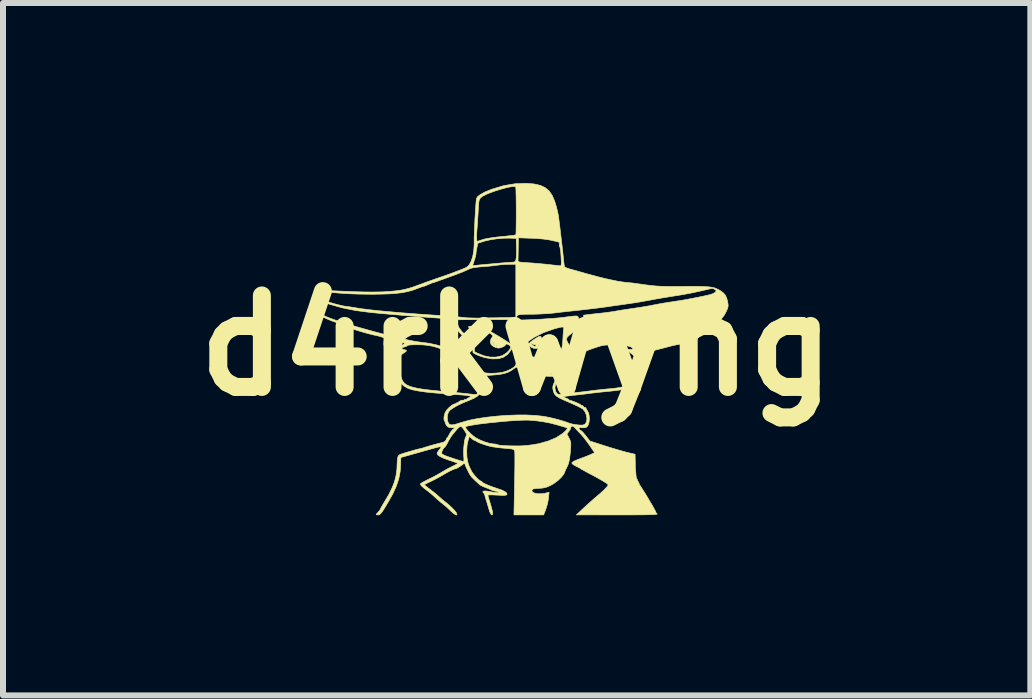
<source format=kicad_pcb>
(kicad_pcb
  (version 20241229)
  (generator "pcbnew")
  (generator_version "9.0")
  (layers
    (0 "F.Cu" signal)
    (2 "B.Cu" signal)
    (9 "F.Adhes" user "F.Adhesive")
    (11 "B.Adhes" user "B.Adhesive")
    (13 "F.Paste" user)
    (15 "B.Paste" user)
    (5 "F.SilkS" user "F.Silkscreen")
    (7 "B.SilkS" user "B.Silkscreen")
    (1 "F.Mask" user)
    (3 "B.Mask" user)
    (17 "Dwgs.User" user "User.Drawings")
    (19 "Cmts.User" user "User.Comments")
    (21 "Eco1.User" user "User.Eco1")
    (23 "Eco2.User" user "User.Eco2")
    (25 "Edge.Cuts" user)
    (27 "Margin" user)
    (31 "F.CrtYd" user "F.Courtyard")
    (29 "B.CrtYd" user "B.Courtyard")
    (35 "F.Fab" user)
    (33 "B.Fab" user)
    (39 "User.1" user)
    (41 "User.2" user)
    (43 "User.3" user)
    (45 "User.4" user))
  (footprint "d4rkwyng"
    (layer "F.Cu")
    (at 5.559 2.708)
    (property "Reference" "d4rkwyng" (at 0 0 0) (layer "F.SilkS") (effects (font (size 1.524 1.524) (thickness 0.3))))
    (attr through_hole)
    (fp_poly (pts (xy 0.408 -0.143) (xy 0.42 -0.112) (xy 0.424 -0.071) (xy 0.42 -0.029) (xy 0.407 0.007) (xy 0.398 0.019) (xy 0.348 0.046) (xy 0.292 0.048) (xy 0.243 0.029) (xy 0.214 0.005) (xy 0.198 -0.017) (xy 0.198 -0.021) (xy 0.207 -0.035) (xy 0.232 -0.035) (xy 0.245 -0.02) (xy 0.267 -0.003) (xy 0.29 0.01) (xy 0.305 0.014) (xy 0.323 0.006) (xy 0.325 0) (xy 0.317 -0.007) (xy 0.353 -0.007) (xy 0.36 0) (xy 0.367 -0.007) (xy 0.36 -0.014) (xy 0.353 -0.007) (xy 0.317 -0.007) (xy 0.313 -0.012) (xy 0.297 -0.014) (xy 0.27 -0.021) (xy 0.261 -0.028) (xy 0.24 -0.041) (xy 0.236 -0.042) (xy 0.232 -0.035) (xy 0.207 -0.035) (xy 0.209 -0.038) (xy 0.237 -0.064) (xy 0.276 -0.093) (xy 0.319 -0.121) (xy 0.357 -0.144) (xy 0.385 -0.155) (xy 0.389 -0.155) (xy 0.408 -0.143)) (stroke (width 0.01) (type solid)) (fill yes) (layer "F.SilkS"))
    (fp_poly (pts (xy -0.701 -0.319) (xy -0.695 -0.319) (xy -0.636 -0.312) (xy -0.586 -0.3) (xy -0.535 -0.281) (xy -0.471 -0.251) (xy -0.459 -0.244) (xy -0.391 -0.208) (xy -0.312 -0.162) (xy -0.234 -0.114) (xy -0.194 -0.089) (xy -0.056 0.002) (xy -0.095 0.075) (xy -0.148 0.145) (xy -0.217 0.193) (xy -0.303 0.219) (xy -0.405 0.222) (xy -0.522 0.203) (xy -0.539 0.199) (xy -0.595 0.181) (xy -0.647 0.161) (xy -0.68 0.146) (xy -0.727 0.119) (xy -0.746 -0.089) (xy -0.755 -0.175) (xy -0.763 -0.235) (xy -0.764 -0.236) (xy -0.732 -0.236) (xy -0.73 -0.203) (xy -0.726 -0.15) (xy -0.719 -0.086) (xy -0.715 -0.044) (xy -0.699 0.103) (xy -0.649 0.129) (xy -0.546 0.17) (xy -0.442 0.192) (xy -0.343 0.192) (xy -0.253 0.172) (xy -0.227 0.16) (xy -0.175 0.127) (xy -0.132 0.087) (xy -0.105 0.046) (xy -0.099 0.02) (xy -0.11 0.003) (xy -0.136 -0.015) (xy -0.164 -0.027) (xy -0.178 -0.023) (xy -0.18 -0.017) (xy -0.199 0.005) (xy -0.236 0.025) (xy -0.279 0.039) (xy -0.307 0.042) (xy -0.352 0.032) (xy -0.398 0.007) (xy -0.339 0.007) (xy -0.332 0.014) (xy -0.325 0.007) (xy -0.332 0) (xy -0.339 0.007) (xy -0.398 0.007) (xy -0.399 0.007) (xy -0.427 -0.02) (xy -0.437 -0.053) (xy -0.436 -0.063) (xy -0.407 -0.063) (xy -0.404 -0.05) (xy -0.391 -0.03) (xy -0.376 -0.015) (xy -0.372 -0.014) (xy -0.374 -0.024) (xy -0.384 -0.042) (xy -0.399 -0.061) (xy -0.407 -0.063) (xy -0.436 -0.063) (xy -0.434 -0.093) (xy -0.421 -0.12) (xy -0.339 -0.12) (xy -0.332 -0.113) (xy -0.325 -0.12) (xy -0.332 -0.127) (xy -0.339 -0.12) (xy -0.421 -0.12) (xy -0.42 -0.124) (xy -0.416 -0.127) (xy -0.399 -0.148) (xy -0.401 -0.168) (xy -0.424 -0.191) (xy -0.472 -0.22) (xy -0.496 -0.232) (xy -0.565 -0.263) (xy -0.621 -0.279) (xy -0.665 -0.282) (xy -0.706 -0.281) (xy -0.726 -0.275) (xy -0.732 -0.26) (xy -0.732 -0.236) (xy -0.764 -0.236) (xy -0.771 -0.274) (xy -0.779 -0.293) (xy -0.785 -0.296) (xy -0.803 -0.306) (xy -0.804 -0.312) (xy -0.794 -0.32) (xy -0.76 -0.322) (xy -0.701 -0.319)) (stroke (width 0.01) (type solid)) (fill yes) (layer "F.SilkS"))
    (fp_poly (pts (xy 0.288 -2.693) (xy 0.391 -2.67) (xy 0.473 -2.633) (xy 0.54 -2.577) (xy 0.592 -2.502) (xy 0.634 -2.404) (xy 0.663 -2.307) (xy 0.678 -2.247) (xy 0.69 -2.191) (xy 0.698 -2.15) (xy 0.698 -2.145) (xy 0.72 -1.973) (xy 0.738 -1.818) (xy 0.754 -1.682) (xy 0.767 -1.57) (xy 0.776 -1.482) (xy 0.777 -1.469) (xy 0.783 -1.408) (xy 0.79 -1.356) (xy 0.795 -1.322) (xy 0.798 -1.311) (xy 0.815 -1.301) (xy 0.85 -1.287) (xy 0.879 -1.278) (xy 0.918 -1.267) (xy 0.978 -1.251) (xy 1.051 -1.23) (xy 1.132 -1.207) (xy 1.178 -1.194) (xy 1.325 -1.154) (xy 1.464 -1.119) (xy 1.59 -1.091) (xy 1.7 -1.069) (xy 1.79 -1.056) (xy 1.824 -1.052) (xy 1.88 -1.047) (xy 1.933 -1.042) (xy 1.961 -1.038) (xy 2.075 -1.022) (xy 2.169 -1.009) (xy 2.251 -0.999) (xy 2.326 -0.992) (xy 2.401 -0.988) (xy 2.481 -0.985) (xy 2.573 -0.984) (xy 2.683 -0.985) (xy 2.77 -0.985) (xy 2.906 -0.986) (xy 3.017 -0.986) (xy 3.107 -0.984) (xy 3.179 -0.98) (xy 3.236 -0.974) (xy 3.283 -0.965) (xy 3.322 -0.952) (xy 3.356 -0.936) (xy 3.39 -0.917) (xy 3.444 -0.878) (xy 3.479 -0.837) (xy 3.502 -0.784) (xy 3.515 -0.731) (xy 3.523 -0.685) (xy 3.523 -0.651) (xy 3.513 -0.615) (xy 3.493 -0.569) (xy 3.46 -0.508) (xy 3.418 -0.451) (xy 3.363 -0.397) (xy 3.292 -0.341) (xy 3.2 -0.279) (xy 3.119 -0.23) (xy 3.045 -0.187) (xy 2.975 -0.145) (xy 2.914 -0.109) (xy 2.868 -0.081) (xy 2.85 -0.07) (xy 2.795 -0.043) (xy 2.733 -0.025) (xy 2.716 -0.022) (xy 2.669 -0.014) (xy 2.606 -0.000272) (xy 2.54 0.016) (xy 2.526 0.02) (xy 2.448 0.041) (xy 2.361 0.063) (xy 2.271 0.085) (xy 2.185 0.105) (xy 2.111 0.121) (xy 2.053 0.133) (xy 2.038 0.135) (xy 1.98 0.144) (xy 2.019 0.186) (xy 2.05 0.232) (xy 2.067 0.277) (xy 2.066 0.314) (xy 2.052 0.334) (xy 2.024 0.345) (xy 2.01 0.343) (xy 1.999 0.345) (xy 1.995 0.363) (xy 1.999 0.404) (xy 1.999 0.404) (xy 1.997 0.498) (xy 1.971 0.582) (xy 1.922 0.651) (xy 1.85 0.705) (xy 1.844 0.708) (xy 1.814 0.72) (xy 1.773 0.731) (xy 1.716 0.741) (xy 1.64 0.751) (xy 1.54 0.762) (xy 1.525 0.763) (xy 1.439 0.772) (xy 1.36 0.78) (xy 1.294 0.788) (xy 1.245 0.793) (xy 1.221 0.797) (xy 1.191 0.801) (xy 1.14 0.807) (xy 1.074 0.815) (xy 1 0.823) (xy 0.983 0.825) (xy 0.911 0.832) (xy 0.851 0.84) (xy 0.806 0.846) (xy 0.783 0.851) (xy 0.781 0.852) (xy 0.788 0.86) (xy 0.814 0.873) (xy 0.824 0.876) (xy 0.857 0.891) (xy 0.874 0.904) (xy 0.875 0.906) (xy 0.884 0.914) (xy 0.885 0.914) (xy 0.904 0.916) (xy 0.939 0.928) (xy 0.981 0.944) (xy 1.023 0.963) (xy 1.056 0.979) (xy 1.072 0.991) (xy 1.072 0.992) (xy 1.081 0.998) (xy 1.085 0.996) (xy 1.1 1) (xy 1.106 1.009) (xy 1.125 1.028) (xy 1.136 1.03) (xy 1.155 1.039) (xy 1.157 1.047) (xy 1.166 1.069) (xy 1.18 1.089) (xy 1.199 1.125) (xy 1.209 1.179) (xy 1.211 1.238) (xy 1.203 1.292) (xy 1.191 1.326) (xy 1.172 1.352) (xy 1.152 1.366) (xy 1.12 1.37) (xy 1.075 1.369) (xy 1.044 1.369) (xy 1.037 1.376) (xy 1.046 1.395) (xy 1.063 1.415) (xy 1.073 1.418) (xy 1.085 1.426) (xy 1.109 1.451) (xy 1.141 1.489) (xy 1.151 1.502) (xy 1.221 1.591) (xy 1.468 1.67) (xy 1.558 1.699) (xy 1.649 1.726) (xy 1.735 1.751) (xy 1.806 1.771) (xy 1.844 1.781) (xy 1.973 1.811) (xy 1.976 1.939) (xy 1.977 2.003) (xy 1.98 2.062) (xy 1.984 2.107) (xy 1.985 2.117) (xy 1.989 2.158) (xy 1.991 2.189) (xy 1.991 2.19) (xy 1.998 2.216) (xy 2.005 2.223) (xy 2.012 2.24) (xy 2.01 2.245) (xy 2.013 2.257) (xy 2.018 2.258) (xy 2.027 2.266) (xy 2.025 2.272) (xy 2.027 2.285) (xy 2.032 2.286) (xy 2.042 2.294) (xy 2.04 2.299) (xy 2.04 2.315) (xy 2.043 2.317) (xy 2.055 2.33) (xy 2.077 2.363) (xy 2.108 2.412) (xy 2.145 2.47) (xy 2.184 2.535) (xy 2.222 2.6) (xy 2.258 2.661) (xy 2.288 2.714) (xy 2.309 2.753) (xy 2.319 2.774) (xy 2.319 2.776) (xy 2.326 2.793) (xy 2.331 2.794) (xy 2.342 2.805) (xy 2.342 2.808) (xy 2.328 2.812) (xy 2.286 2.815) (xy 2.216 2.818) (xy 2.118 2.82) (xy 1.992 2.821) (xy 1.838 2.822) (xy 1.669 2.822) (xy 0.995 2.821) (xy 1.108 2.715) (xy 1.169 2.658) (xy 1.237 2.598) (xy 1.3 2.542) (xy 1.325 2.521) (xy 1.401 2.456) (xy 1.46 2.401) (xy 1.501 2.358) (xy 1.522 2.329) (xy 1.524 2.321) (xy 1.515 2.308) (xy 1.486 2.287) (xy 1.436 2.256) (xy 1.365 2.215) (xy 1.27 2.163) (xy 1.206 2.13) (xy 1.15 2.099) (xy 1.102 2.073) (xy 1.07 2.055) (xy 1.058 2.047) (xy 1.043 2.037) (xy 1.01 2.02) (xy 0.983 2.007) (xy 0.939 1.982) (xy 0.928 1.968) (xy 1.002 1.968) (xy 1.009 1.976) (xy 1.016 1.968) (xy 1.009 1.961) (xy 1.002 1.968) (xy 0.928 1.968) (xy 0.92 1.96) (xy 0.92 1.953) (xy 0.935 1.938) (xy 0.972 1.918) (xy 1.026 1.896) (xy 1.037 1.892) (xy 1.102 1.868) (xy 1.167 1.843) (xy 1.22 1.821) (xy 1.225 1.819) (xy 1.299 1.785) (xy 1.231 1.686) (xy 1.284 1.686) (xy 1.291 1.693) (xy 1.298 1.686) (xy 1.291 1.679) (xy 1.284 1.686) (xy 1.231 1.686) (xy 1.209 1.654) (xy 1.166 1.595) (xy 1.123 1.538) (xy 1.084 1.492) (xy 1.064 1.47) (xy 1.026 1.431) (xy 0.991 1.393) (xy 0.978 1.378) (xy 0.949 1.351) (xy 0.922 1.341) (xy 0.906 1.351) (xy 0.903 1.365) (xy 0.895 1.392) (xy 0.874 1.426) (xy 0.87 1.431) (xy 0.837 1.473) (xy 0.873 1.542) (xy 0.888 1.572) (xy 0.897 1.598) (xy 0.902 1.626) (xy 0.902 1.663) (xy 0.899 1.715) (xy 0.894 1.777) (xy 0.885 1.86) (xy 0.874 1.923) (xy 0.861 1.972) (xy 0.844 2.012) (xy 0.824 2.052) (xy 0.811 2.082) (xy 0.807 2.092) (xy 0.786 2.141) (xy 0.744 2.195) (xy 0.686 2.25) (xy 0.616 2.301) (xy 0.558 2.334) (xy 0.494 2.361) (xy 0.429 2.375) (xy 0.381 2.378) (xy 0.32 2.382) (xy 0.281 2.388) (xy 0.261 2.399) (xy 0.254 2.416) (xy 0.254 2.42) (xy 0.267 2.443) (xy 0.301 2.459) (xy 0.351 2.469) (xy 0.409 2.469) (xy 0.47 2.461) (xy 0.492 2.456) (xy 0.54 2.442) (xy 0.531 2.536) (xy 0.521 2.6) (xy 0.503 2.673) (xy 0.486 2.726) (xy 0.449 2.822) (xy -0.045 2.822) (xy -0.035 2.309) (xy -0.033 2.19) (xy -0.031 2.079) (xy -0.03 1.979) (xy -0.03 1.893) (xy -0.03 1.826) (xy -0.031 1.781) (xy -0.033 1.76) (xy -0.039 1.743) (xy -0.051 1.732) (xy -0.075 1.724) (xy -0.116 1.719) (xy -0.166 1.714) (xy -0.225 1.709) (xy -0.276 1.704) (xy -0.311 1.7) (xy -0.318 1.699) (xy -0.352 1.694) (xy -0.39 1.689) (xy -0.432 1.681) (xy -0.486 1.667) (xy -0.545 1.649) (xy -0.6 1.629) (xy -0.643 1.612) (xy -0.664 1.599) (xy -0.69 1.584) (xy -0.702 1.58) (xy -0.723 1.571) (xy -0.75 1.549) (xy -0.753 1.546) (xy -0.787 1.512) (xy -0.81 1.583) (xy -0.827 1.665) (xy -0.833 1.761) (xy -0.829 1.859) (xy -0.813 1.948) (xy -0.802 1.985) (xy -0.78 2.037) (xy -0.756 2.085) (xy -0.742 2.11) (xy -0.709 2.154) (xy -0.672 2.196) (xy -0.637 2.231) (xy -0.608 2.253) (xy -0.597 2.258) (xy -0.58 2.265) (xy -0.579 2.27) (xy -0.566 2.283) (xy -0.532 2.302) (xy -0.482 2.324) (xy -0.422 2.348) (xy -0.356 2.371) (xy -0.318 2.384) (xy -0.245 2.409) (xy -0.193 2.435) (xy -0.165 2.459) (xy -0.161 2.482) (xy -0.162 2.484) (xy -0.175 2.491) (xy -0.202 2.495) (xy -0.248 2.496) (xy -0.318 2.492) (xy -0.327 2.492) (xy -0.388 2.489) (xy -0.438 2.488) (xy -0.47 2.49) (xy -0.48 2.493) (xy -0.476 2.511) (xy -0.465 2.549) (xy -0.45 2.599) (xy -0.446 2.611) (xy -0.421 2.696) (xy -0.405 2.758) (xy -0.4 2.798) (xy -0.405 2.818) (xy -0.414 2.822) (xy -0.43 2.808) (xy -0.449 2.768) (xy -0.464 2.72) (xy -0.481 2.663) (xy -0.497 2.61) (xy -0.508 2.573) (xy -0.509 2.572) (xy -0.521 2.531) (xy -0.53 2.496) (xy -0.542 2.466) (xy -0.553 2.453) (xy -0.566 2.439) (xy -0.556 2.427) (xy -0.529 2.422) (xy -0.491 2.426) (xy -0.487 2.426) (xy -0.429 2.437) (xy -0.375 2.445) (xy -0.331 2.449) (xy -0.302 2.449) (xy -0.294 2.444) (xy -0.296 2.442) (xy -0.328 2.43) (xy -0.348 2.427) (xy -0.383 2.421) (xy -0.419 2.407) (xy -0.457 2.39) (xy -0.506 2.37) (xy -0.524 2.364) (xy -0.569 2.345) (xy -0.607 2.325) (xy -0.617 2.317) (xy -0.69 2.251) (xy -0.743 2.199) (xy -0.774 2.16) (xy -0.775 2.158) (xy -0.798 2.117) (xy -0.821 2.07) (xy -0.842 2.026) (xy -0.857 1.991) (xy -0.861 1.976) (xy -0.868 1.962) (xy -0.89 1.973) (xy -0.893 1.976) (xy -0.918 1.995) (xy -0.951 2.017) (xy -0.983 2.037) (xy -1.008 2.051) (xy -1.016 2.053) (xy -1.027 2.053) (xy -1.058 2.065) (xy -1.101 2.085) (xy -1.153 2.112) (xy -1.208 2.143) (xy -1.234 2.159) (xy -1.299 2.196) (xy -1.373 2.235) (xy -1.436 2.266) (xy -1.483 2.288) (xy -1.519 2.307) (xy -1.537 2.318) (xy -1.538 2.319) (xy -1.528 2.33) (xy -1.499 2.353) (xy -1.459 2.384) (xy -1.443 2.396) (xy -1.391 2.436) (xy -1.34 2.477) (xy -1.302 2.51) (xy -1.298 2.514) (xy -1.254 2.553) (xy -1.205 2.594) (xy -1.192 2.603) (xy -1.138 2.647) (xy -1.085 2.696) (xy -1.04 2.742) (xy -1.01 2.78) (xy -1.003 2.79) (xy -0.995 2.816) (xy -1.004 2.824) (xy -1.027 2.814) (xy -1.062 2.789) (xy -1.105 2.75) (xy -1.15 2.707) (xy -1.195 2.667) (xy -1.228 2.641) (xy -1.265 2.611) (xy -1.311 2.571) (xy -1.348 2.538) (xy -1.394 2.496) (xy -1.441 2.456) (xy -1.472 2.431) (xy -1.538 2.381) (xy -1.581 2.344) (xy -1.602 2.318) (xy -1.603 2.303) (xy -1.587 2.291) (xy -1.551 2.27) (xy -1.501 2.244) (xy -1.463 2.225) (xy -1.395 2.192) (xy -1.327 2.155) (xy -1.268 2.122) (xy -1.248 2.11) (xy -1.19 2.075) (xy -1.121 2.038) (xy -1.065 2.01) (xy -1.016 1.985) (xy -0.989 1.967) (xy -0.987 1.957) (xy -0.988 1.956) (xy -1.01 1.949) (xy -1.052 1.935) (xy -1.105 1.917) (xy -1.124 1.911) (xy -1.213 1.879) (xy -1.277 1.849) (xy -1.315 1.822) (xy -1.326 1.8) (xy -1.323 1.791) (xy -1.252 1.791) (xy -1.251 1.798) (xy -1.235 1.811) (xy -1.2 1.83) (xy -1.162 1.845) (xy -1.107 1.864) (xy -1.047 1.884) (xy -0.988 1.903) (xy -0.936 1.919) (xy -0.899 1.929) (xy -0.885 1.932) (xy -0.88 1.92) (xy -0.879 1.887) (xy -0.882 1.84) (xy -0.883 1.837) (xy -0.885 1.781) (xy -0.883 1.717) (xy -0.877 1.651) (xy -0.869 1.591) (xy -0.858 1.544) (xy -0.847 1.518) (xy -0.846 1.518) (xy -0.834 1.496) (xy -0.839 1.467) (xy -0.863 1.425) (xy -0.871 1.412) (xy -0.899 1.374) (xy -0.92 1.353) (xy -0.851 1.353) (xy -0.85 1.37) (xy -0.831 1.4) (xy -0.798 1.437) (xy -0.757 1.477) (xy -0.711 1.515) (xy -0.676 1.539) (xy -0.61 1.574) (xy -0.533 1.605) (xy -0.456 1.628) (xy -0.39 1.639) (xy -0.382 1.639) (xy -0.344 1.643) (xy -0.318 1.651) (xy -0.317 1.652) (xy -0.295 1.659) (xy -0.25 1.664) (xy -0.188 1.668) (xy -0.113 1.671) (xy -0.032 1.672) (xy 0.052 1.672) (xy 0.099 1.67) (xy 0.175 1.664) (xy 0.263 1.653) (xy 0.35 1.638) (xy 0.383 1.631) (xy 0.53 1.589) (xy 0.653 1.537) (xy 0.753 1.474) (xy 0.78 1.453) (xy 0.821 1.415) (xy 0.841 1.391) (xy 0.843 1.376) (xy 0.827 1.366) (xy 0.822 1.365) (xy 0.798 1.358) (xy 0.754 1.345) (xy 0.699 1.329) (xy 0.671 1.321) (xy 0.552 1.29) (xy 0.424 1.266) (xy 0.299 1.25) (xy 0.187 1.242) (xy 0.166 1.242) (xy 0.086 1.244) (xy -0.007 1.248) (xy -0.111 1.255) (xy -0.22 1.264) (xy -0.332 1.275) (xy -0.442 1.286) (xy -0.546 1.298) (xy -0.641 1.31) (xy -0.723 1.323) (xy -0.788 1.334) (xy -0.832 1.345) (xy -0.851 1.353) (xy -0.92 1.353) (xy -0.921 1.353) (xy -0.941 1.349) (xy -0.966 1.365) (xy -1 1.401) (xy -1.036 1.444) (xy -1.066 1.481) (xy -1.089 1.511) (xy -1.109 1.543) (xy -1.133 1.585) (xy -1.156 1.629) (xy -1.177 1.665) (xy -1.193 1.689) (xy -1.199 1.693) (xy -1.213 1.705) (xy -1.231 1.732) (xy -1.245 1.765) (xy -1.252 1.791) (xy -1.323 1.791) (xy -1.318 1.777) (xy -1.297 1.745) (xy -1.289 1.736) (xy -1.268 1.707) (xy -1.259 1.688) (xy -1.259 1.685) (xy -1.265 1.684) (xy -1.281 1.686) (xy -1.308 1.692) (xy -1.349 1.702) (xy -1.406 1.718) (xy -1.483 1.739) (xy -1.582 1.767) (xy -1.705 1.802) (xy -1.725 1.807) (xy -1.795 1.827) (xy -1.855 1.844) (xy -1.899 1.856) (xy -1.923 1.862) (xy -1.926 1.863) (xy -1.93 1.876) (xy -1.932 1.91) (xy -1.933 1.959) (xy -1.933 1.972) (xy -1.941 2.097) (xy -1.964 2.218) (xy -2.005 2.341) (xy -2.064 2.471) (xy -2.126 2.582) (xy -2.175 2.665) (xy -2.213 2.727) (xy -2.242 2.77) (xy -2.264 2.798) (xy -2.282 2.814) (xy -2.298 2.821) (xy -2.309 2.822) (xy -2.335 2.82) (xy -2.342 2.816) (xy -2.333 2.803) (xy -2.311 2.778) (xy -2.307 2.774) (xy -2.284 2.748) (xy -2.272 2.729) (xy -2.272 2.728) (xy -2.265 2.711) (xy -2.246 2.677) (xy -2.219 2.631) (xy -2.202 2.603) (xy -2.129 2.479) (xy -2.074 2.368) (xy -2.035 2.266) (xy -2.01 2.167) (xy -1.996 2.065) (xy -1.994 2.025) (xy -1.991 1.947) (xy -1.987 1.893) (xy -1.98 1.857) (xy -1.969 1.834) (xy -1.952 1.82) (xy -1.927 1.809) (xy -1.909 1.803) (xy -1.863 1.788) (xy -1.805 1.771) (xy -1.742 1.753) (xy -1.682 1.736) (xy -1.631 1.723) (xy -1.599 1.716) (xy -1.595 1.715) (xy -1.562 1.707) (xy -1.552 1.703) (xy -1.526 1.694) (xy -1.481 1.681) (xy -1.426 1.664) (xy -1.366 1.648) (xy -1.31 1.633) (xy -1.266 1.622) (xy -1.241 1.616) (xy -1.239 1.616) (xy -1.206 1.604) (xy -1.18 1.58) (xy -1.171 1.558) (xy -1.165 1.54) (xy -1.16 1.538) (xy -1.148 1.526) (xy -1.131 1.497) (xy -1.124 1.482) (xy -1.099 1.439) (xy -1.069 1.403) (xy -1.063 1.397) (xy -1.026 1.369) (xy -1.084 1.369) (xy -1.126 1.365) (xy -1.154 1.348) (xy -1.171 1.326) (xy -1.188 1.299) (xy -1.192 1.285) (xy -1.191 1.284) (xy -1.189 1.276) (xy -1.197 1.267) (xy -1.211 1.234) (xy -1.211 1.2) (xy -1.157 1.2) (xy -1.151 1.257) (xy -1.134 1.296) (xy -1.118 1.313) (xy -1.096 1.321) (xy -1.063 1.32) (xy -1.015 1.31) (xy -0.947 1.289) (xy -0.91 1.278) (xy -0.793 1.245) (xy -0.654 1.217) (xy -0.499 1.194) (xy -0.334 1.176) (xy -0.164 1.163) (xy 0.004 1.157) (xy 0.164 1.157) (xy 0.311 1.164) (xy 0.439 1.178) (xy 0.446 1.179) (xy 0.537 1.196) (xy 0.635 1.219) (xy 0.732 1.245) (xy 0.817 1.272) (xy 0.872 1.292) (xy 0.914 1.305) (xy 0.971 1.316) (xy 1.02 1.322) (xy 1.074 1.326) (xy 1.109 1.323) (xy 1.132 1.314) (xy 1.143 1.305) (xy 1.165 1.268) (xy 1.171 1.216) (xy 1.162 1.16) (xy 1.14 1.105) (xy 1.106 1.062) (xy 1.097 1.054) (xy 1.067 1.037) (xy 1.018 1.011) (xy 0.955 0.982) (xy 0.883 0.95) (xy 0.856 0.938) (xy 0.773 0.902) (xy 0.712 0.873) (xy 0.669 0.847) (xy 0.641 0.821) (xy 0.623 0.792) (xy 0.611 0.757) (xy 0.606 0.738) (xy 0.601 0.702) (xy 0.606 0.667) (xy 0.623 0.622) (xy 0.632 0.604) (xy 0.653 0.564) (xy 0.67 0.538) (xy 0.68 0.531) (xy 0.691 0.529) (xy 0.691 0.526) (xy 0.679 0.52) (xy 0.645 0.516) (xy 0.603 0.514) (xy 0.48 0.51) (xy 0.38 0.504) (xy 0.298 0.493) (xy 0.228 0.476) (xy 0.166 0.452) (xy 0.106 0.419) (xy 0.043 0.377) (xy 0.02 0.361) (xy -0.003 0.359) (xy -0.04 0.38) (xy -0.048 0.386) (xy -0.098 0.421) (xy -0.147 0.446) (xy -0.202 0.464) (xy -0.269 0.478) (xy -0.355 0.488) (xy -0.418 0.493) (xy -0.492 0.497) (xy -0.558 0.5) (xy -0.61 0.501) (xy -0.641 0.5) (xy -0.645 0.499) (xy -0.674 0.499) (xy -0.683 0.515) (xy -0.67 0.54) (xy -0.664 0.547) (xy -0.634 0.586) (xy -0.609 0.639) (xy -0.594 0.692) (xy -0.593 0.71) (xy -0.599 0.763) (xy -0.618 0.806) (xy -0.655 0.844) (xy -0.713 0.879) (xy -0.794 0.914) (xy -0.818 0.924) (xy -0.907 0.96) (xy -0.988 0.999) (xy -1.057 1.039) (xy -1.108 1.075) (xy -1.128 1.096) (xy -1.149 1.142) (xy -1.157 1.2) (xy -1.211 1.2) (xy -1.21 1.184) (xy -1.194 1.122) (xy -1.191 1.115) (xy -1.167 1.076) (xy -1.13 1.036) (xy -1.087 1) (xy -1.047 0.976) (xy -1.021 0.969) (xy -1.003 0.961) (xy -1.002 0.956) (xy -0.993 0.95) (xy -0.988 0.953) (xy -0.975 0.953) (xy -0.974 0.949) (xy -0.962 0.933) (xy -0.935 0.919) (xy -0.906 0.91) (xy -0.888 0.911) (xy -0.876 0.909) (xy -0.875 0.904) (xy -0.865 0.896) (xy -0.854 0.898) (xy -0.836 0.898) (xy -0.833 0.892) (xy -0.821 0.879) (xy -0.797 0.869) (xy -0.773 0.858) (xy -0.769 0.847) (xy -0.775 0.843) (xy -0.788 0.838) (xy -0.812 0.834) (xy -0.849 0.829) (xy -0.903 0.824) (xy -0.977 0.819) (xy -1.073 0.812) (xy -1.178 0.804) (xy -1.359 0.79) (xy -1.512 0.775) (xy -1.636 0.757) (xy -1.733 0.738) (xy -1.801 0.717) (xy -1.814 0.711) (xy -1.882 0.672) (xy -1.929 0.629) (xy -1.952 0.586) (xy -1.952 0.585) (xy -1.961 0.55) (xy -1.966 0.536) (xy -1.975 0.504) (xy -1.982 0.453) (xy -1.988 0.392) (xy -1.988 0.392) (xy -1.994 0.371) (xy -2 0.369) (xy -2.023 0.371) (xy -2.037 0.366) (xy -2.043 0.35) (xy -2.041 0.317) (xy -2.035 0.276) (xy -2 0.276) (xy -1.989 0.28) (xy -1.961 0.268) (xy -1.941 0.26) (xy -1.935 0.267) (xy -1.941 0.294) (xy -1.949 0.318) (xy -1.957 0.348) (xy -1.957 0.384) (xy -1.949 0.435) (xy -1.941 0.472) (xy -1.928 0.522) (xy -1.913 0.565) (xy -1.893 0.601) (xy -1.865 0.632) (xy -1.828 0.658) (xy -1.778 0.68) (xy -1.715 0.699) (xy -1.635 0.716) (xy -1.537 0.731) (xy -1.417 0.745) (xy -1.274 0.759) (xy -1.105 0.775) (xy -1.087 0.777) (xy -1.006 0.784) (xy -0.927 0.791) (xy -0.857 0.798) (xy -0.806 0.804) (xy -0.804 0.804) (xy -0.741 0.811) (xy -0.7 0.815) (xy -0.675 0.814) (xy -0.662 0.808) (xy -0.653 0.798) (xy -0.65 0.791) (xy -0.641 0.761) (xy -0.636 0.716) (xy -0.635 0.694) (xy -0.645 0.629) (xy -0.678 0.578) (xy -0.734 0.539) (xy -0.754 0.531) (xy -0.792 0.511) (xy -0.803 0.497) (xy -0.786 0.487) (xy -0.742 0.481) (xy -0.688 0.48) (xy -0.641 0.48) (xy -0.609 0.478) (xy -0.594 0.472) (xy -0.596 0.461) (xy -0.617 0.442) (xy -0.658 0.412) (xy -0.721 0.37) (xy -0.772 0.337) (xy -0.91 0.248) (xy -1.029 0.174) (xy -1.134 0.116) (xy -1.227 0.07) (xy -1.313 0.036) (xy -1.396 0.012) (xy -1.478 -0.003) (xy -1.564 -0.012) (xy -1.658 -0.014) (xy -1.66 -0.014) (xy -1.727 -0.013) (xy -1.779 -0.01) (xy -1.812 -0.005) (xy -1.82 -0.001) (xy -1.833 0.011) (xy -1.863 0.021) (xy -1.87 0.022) (xy -1.905 0.034) (xy -1.913 0.05) (xy -1.896 0.063) (xy -1.872 0.068) (xy -1.841 0.077) (xy -1.838 0.092) (xy -1.862 0.112) (xy -1.873 0.118) (xy -1.918 0.15) (xy -1.96 0.192) (xy -1.99 0.235) (xy -1.996 0.25) (xy -2 0.276) (xy -2.035 0.276) (xy -2.033 0.263) (xy -2.027 0.228) (xy -2.014 0.197) (xy -1.987 0.161) (xy -1.978 0.152) (xy -1.935 0.109) (xy -1.966 0.084) (xy -1.986 0.064) (xy -1.984 0.047) (xy -1.976 0.036) (xy -1.95 0.015) (xy -1.912 -0.006) (xy -1.907 -0.008) (xy -1.878 -0.024) (xy -1.869 -0.038) (xy -1.871 -0.04) (xy -1.89 -0.048) (xy -1.929 -0.059) (xy -1.982 -0.072) (xy -2.004 -0.077) (xy -2.073 -0.092) (xy -2.143 -0.11) (xy -2.202 -0.128) (xy -2.208 -0.13) (xy -2.258 -0.146) (xy -2.3 -0.158) (xy -2.321 -0.164) (xy -2.399 -0.18) (xy -2.488 -0.203) (xy -2.584 -0.23) (xy -2.679 -0.259) (xy -2.766 -0.288) (xy -2.84 -0.315) (xy -2.892 -0.338) (xy -2.893 -0.339) (xy -2.946 -0.362) (xy -3.005 -0.384) (xy -3.024 -0.391) (xy -3.079 -0.41) (xy -3.146 -0.438) (xy -3.216 -0.47) (xy -3.282 -0.503) (xy -3.336 -0.533) (xy -3.364 -0.552) (xy -3.395 -0.583) (xy -3.416 -0.616) (xy -3.416 -0.617) (xy -3.421 -0.663) (xy -3.39 -0.663) (xy -3.383 -0.625) (xy -3.361 -0.591) (xy -3.32 -0.558) (xy -3.257 -0.522) (xy -3.186 -0.487) (xy -3.117 -0.459) (xy -3.024 -0.425) (xy -2.913 -0.389) (xy -2.786 -0.349) (xy -2.648 -0.308) (xy -2.502 -0.267) (xy -2.354 -0.226) (xy -2.207 -0.187) (xy -2.064 -0.151) (xy -1.93 -0.12) (xy -1.809 -0.093) (xy -1.706 -0.072) (xy -1.623 -0.059) (xy -1.595 -0.056) (xy -1.461 -0.038) (xy -1.335 -0.011) (xy -1.223 0.023) (xy -1.13 0.063) (xy -1.065 0.104) (xy -1.04 0.119) (xy -1.025 0.122) (xy -1.012 0.109) (xy -0.99 0.078) (xy -0.961 0.034) (xy -0.953 0.021) (xy -0.916 -0.041) (xy -0.893 -0.084) (xy -0.885 -0.116) (xy -0.891 -0.143) (xy -0.91 -0.171) (xy -0.942 -0.206) (xy -0.944 -0.207) (xy -0.997 -0.272) (xy -1.031 -0.339) (xy -1.039 -0.362) (xy -1.061 -0.43) (xy -1.004 -0.43) (xy -0.997 -0.395) (xy -0.966 -0.306) (xy -0.911 -0.231) (xy -0.879 -0.203) (xy -0.842 -0.174) (xy -0.816 -0.153) (xy -0.806 -0.146) (xy -0.811 -0.135) (xy -0.83 -0.112) (xy -0.831 -0.111) (xy -0.852 -0.086) (xy -0.861 -0.069) (xy -0.861 -0.069) (xy -0.868 -0.053) (xy -0.886 -0.019) (xy -0.912 0.027) (xy -0.924 0.048) (xy -0.954 0.1) (xy -0.971 0.133) (xy -0.977 0.153) (xy -0.973 0.168) (xy -0.962 0.181) (xy -0.959 0.184) (xy -0.934 0.204) (xy -0.916 0.212) (xy -0.898 0.219) (xy -0.862 0.24) (xy -0.815 0.269) (xy -0.763 0.303) (xy -0.711 0.338) (xy -0.665 0.371) (xy -0.632 0.398) (xy -0.628 0.401) (xy -0.589 0.429) (xy -0.548 0.449) (xy -0.543 0.451) (xy -0.496 0.459) (xy -0.431 0.462) (xy -0.358 0.46) (xy -0.286 0.454) (xy -0.233 0.445) (xy -0.16 0.422) (xy -0.095 0.392) (xy -0.044 0.359) (xy -0.022 0.336) (xy -0.015 0.322) (xy -0.01 0.301) (xy -0.006 0.269) (xy -0.003 0.223) (xy -0.003 0.219) (xy 0.903 0.219) (xy 0.91 0.226) (xy 0.917 0.219) (xy 0.91 0.212) (xy 0.903 0.219) (xy -0.003 0.219) (xy -0.001 0.159) (xy -0.000439 0.074) (xy -0.000349 0.031) (xy 0.057 0.031) (xy 0.078 0.071) (xy 0.114 0.115) (xy 0.171 0.153) (xy 0.242 0.182) (xy 0.319 0.2) (xy 0.394 0.203) (xy 0.416 0.201) (xy 0.452 0.194) (xy 0.464 0.191) (xy 0.931 0.191) (xy 0.938 0.198) (xy 0.945 0.191) (xy 0.938 0.183) (xy 0.931 0.191) (xy 0.464 0.191) (xy 0.503 0.18) (xy 0.55 0.166) (xy 0.63 0.14) (xy 0.686 0.117) (xy 0.724 0.09) (xy 0.748 0.055) (xy 0.761 0.006) (xy 0.767 -0.062) (xy 0.771 -0.12) (xy 0.774 -0.181) (xy 0.778 -0.234) (xy 0.782 -0.271) (xy 0.784 -0.279) (xy 0.785 -0.298) (xy 0.776 -0.308) (xy 0.752 -0.309) (xy 0.711 -0.301) (xy 0.648 -0.285) (xy 0.618 -0.276) (xy 0.448 -0.216) (xy 0.295 -0.14) (xy 0.173 -0.057) (xy 0.057 0.031) (xy -0.000349 0.031) (xy -0.00021 -0.035) (xy -0.000216 -0.049) (xy -0.001 -0.147) (xy -0.002 -0.235) (xy -0.004 -0.311) (xy -0.006 -0.369) (xy -0.009 -0.406) (xy -0.011 -0.418) (xy -0.023 -0.423) (xy -0.053 -0.427) (xy -0.102 -0.43) (xy -0.174 -0.432) (xy -0.268 -0.433) (xy -0.388 -0.433) (xy -0.513 -0.433) (xy -1.004 -0.43) (xy -1.061 -0.43) (xy -1.065 -0.445) (xy -1.129 -0.448) (xy -1.203 -0.452) (xy -1.301 -0.458) (xy -1.417 -0.466) (xy -1.547 -0.476) (xy -1.687 -0.487) (xy -1.831 -0.498) (xy -1.975 -0.51) (xy -2.114 -0.522) (xy -2.243 -0.533) (xy -2.358 -0.544) (xy -2.448 -0.553) (xy -2.684 -0.584) (xy -2.907 -0.629) (xy -3.112 -0.687) (xy -3.188 -0.713) (xy -3.259 -0.739) (xy -3.309 -0.754) (xy -3.342 -0.759) (xy -3.362 -0.753) (xy -3.374 -0.737) (xy -3.382 -0.71) (xy -3.383 -0.708) (xy -3.39 -0.663) (xy -3.421 -0.663) (xy -3.422 -0.67) (xy -3.406 -0.729) (xy -3.372 -0.789) (xy -3.356 -0.807) (xy -3.317 -0.807) (xy -3.315 -0.797) (xy -3.299 -0.786) (xy -3.265 -0.772) (xy -3.209 -0.751) (xy -3.186 -0.743) (xy -3.107 -0.717) (xy -3.024 -0.693) (xy -2.945 -0.673) (xy -2.878 -0.658) (xy -2.828 -0.651) (xy -2.822 -0.65) (xy -2.799 -0.648) (xy -2.756 -0.641) (xy -2.702 -0.632) (xy -2.688 -0.63) (xy -2.588 -0.614) (xy -2.46 -0.598) (xy -2.304 -0.581) (xy -2.123 -0.564) (xy -1.915 -0.546) (xy -1.681 -0.528) (xy -1.423 -0.51) (xy -1.157 -0.492) (xy -1.075 -0.486) (xy -0.996 -0.48) (xy -0.927 -0.473) (xy -0.876 -0.467) (xy -0.868 -0.466) (xy -0.826 -0.462) (xy -0.762 -0.46) (xy -0.683 -0.458) (xy -0.596 -0.458) (xy -0.522 -0.46) (xy -0.428 -0.462) (xy -0.334 -0.463) (xy -0.248 -0.465) (xy -0.176 -0.465) (xy -0.138 -0.466) (xy -0.014 -0.466) (xy -0.014 -0.471) (xy 0 -0.471) (xy 0.008 -0.441) (xy 0.021 -0.428) (xy 0.043 -0.426) (xy 0.089 -0.426) (xy 0.154 -0.428) (xy 0.233 -0.431) (xy 0.322 -0.435) (xy 0.417 -0.44) (xy 0.512 -0.447) (xy 0.604 -0.453) (xy 0.688 -0.46) (xy 0.759 -0.467) (xy 0.804 -0.473) (xy 0.888 -0.484) (xy 0.949 -0.491) (xy 0.989 -0.493) (xy 1.013 -0.489) (xy 1.025 -0.477) (xy 1.03 -0.458) (xy 1.03 -0.429) (xy 1.03 -0.422) (xy 1.019 -0.343) (xy 0.985 -0.275) (xy 0.925 -0.211) (xy 0.908 -0.198) (xy 0.866 -0.163) (xy 0.84 -0.136) (xy 0.831 -0.109) (xy 0.838 -0.076) (xy 0.861 -0.033) (xy 0.899 0.028) (xy 0.934 0.08) (xy 0.965 0.121) (xy 0.988 0.148) (xy 0.998 0.155) (xy 1.015 0.162) (xy 1.006 0.179) (xy 0.991 0.193) (xy 0.971 0.208) (xy 0.931 0.235) (xy 0.879 0.27) (xy 0.819 0.311) (xy 0.756 0.353) (xy 0.696 0.392) (xy 0.644 0.427) (xy 0.604 0.452) (xy 0.586 0.464) (xy 0.577 0.472) (xy 0.586 0.476) (xy 0.616 0.478) (xy 0.67 0.478) (xy 0.677 0.478) (xy 0.731 0.478) (xy 0.774 0.481) (xy 0.797 0.486) (xy 0.8 0.488) (xy 0.791 0.502) (xy 0.765 0.522) (xy 0.752 0.529) (xy 0.69 0.575) (xy 0.651 0.633) (xy 0.638 0.7) (xy 0.639 0.719) (xy 0.653 0.771) (xy 0.677 0.804) (xy 0.709 0.814) (xy 0.719 0.812) (xy 0.741 0.808) (xy 0.785 0.803) (xy 0.844 0.797) (xy 0.91 0.79) (xy 0.996 0.782) (xy 1.091 0.772) (xy 1.181 0.761) (xy 1.228 0.755) (xy 1.304 0.745) (xy 1.396 0.735) (xy 1.49 0.725) (xy 1.559 0.719) (xy 1.652 0.709) (xy 1.723 0.698) (xy 1.778 0.684) (xy 1.816 0.67) (xy 1.886 0.627) (xy 1.932 0.569) (xy 1.955 0.496) (xy 1.956 0.407) (xy 1.948 0.357) (xy 1.94 0.309) (xy 1.936 0.274) (xy 1.937 0.259) (xy 1.953 0.261) (xy 1.98 0.275) (xy 1.981 0.276) (xy 2.008 0.288) (xy 2.019 0.283) (xy 2.017 0.265) (xy 2.003 0.237) (xy 1.98 0.204) (xy 1.951 0.17) (xy 1.917 0.139) (xy 1.906 0.131) (xy 1.871 0.102) (xy 1.852 0.079) (xy 1.85 0.063) (xy 1.867 0.061) (xy 1.876 0.063) (xy 1.91 0.065) (xy 1.927 0.06) (xy 1.937 0.049) (xy 1.927 0.037) (xy 1.896 0.02) (xy 1.853 0.007) (xy 1.79 -0.004) (xy 1.713 -0.01) (xy 1.63 -0.014) (xy 1.548 -0.013) (xy 1.474 -0.007) (xy 1.436 -0.002) (xy 1.393 0.008) (xy 1.337 0.026) (xy 1.273 0.047) (xy 1.209 0.07) (xy 1.152 0.093) (xy 1.107 0.113) (xy 1.082 0.127) (xy 1.08 0.128) (xy 1.058 0.141) (xy 1.046 0.127) (xy 1.044 0.112) (xy 1.037 0.087) (xy 1.017 0.046) (xy 0.99 -0.000455) (xy 0.988 -0.004) (xy 0.931 -0.092) (xy 0.994 -0.148) (xy 1.051 -0.206) (xy 1.088 -0.26) (xy 1.108 -0.318) (xy 1.115 -0.389) (xy 1.115 -0.405) (xy 1.115 -0.506) (xy 1.175 -0.514) (xy 1.215 -0.519) (xy 1.274 -0.526) (xy 1.342 -0.533) (xy 1.38 -0.537) (xy 1.458 -0.546) (xy 1.542 -0.557) (xy 1.617 -0.568) (xy 1.641 -0.572) (xy 1.701 -0.583) (xy 1.779 -0.595) (xy 1.865 -0.608) (xy 1.947 -0.62) (xy 2.034 -0.633) (xy 2.127 -0.648) (xy 2.214 -0.663) (xy 2.279 -0.676) (xy 2.353 -0.69) (xy 2.43 -0.704) (xy 2.497 -0.715) (xy 2.519 -0.719) (xy 2.589 -0.729) (xy 2.667 -0.741) (xy 2.716 -0.748) (xy 2.774 -0.758) (xy 2.852 -0.772) (xy 2.94 -0.789) (xy 3.032 -0.807) (xy 3.118 -0.825) (xy 3.191 -0.841) (xy 3.227 -0.85) (xy 3.27 -0.865) (xy 3.304 -0.884) (xy 3.31 -0.89) (xy 3.324 -0.909) (xy 3.318 -0.924) (xy 3.3 -0.936) (xy 3.277 -0.948) (xy 3.252 -0.951) (xy 3.215 -0.944) (xy 3.189 -0.938) (xy 3.07 -0.91) (xy 2.938 -0.881) (xy 2.803 -0.855) (xy 2.677 -0.834) (xy 2.625 -0.826) (xy 2.549 -0.814) (xy 2.457 -0.799) (xy 2.358 -0.782) (xy 2.263 -0.765) (xy 2.244 -0.761) (xy 2.153 -0.745) (xy 2.058 -0.728) (xy 1.968 -0.713) (xy 1.892 -0.702) (xy 1.877 -0.699) (xy 1.802 -0.689) (xy 1.712 -0.676) (xy 1.617 -0.663) (xy 1.538 -0.651) (xy 1.459 -0.64) (xy 1.361 -0.627) (xy 1.254 -0.614) (xy 1.146 -0.601) (xy 1.072 -0.593) (xy 0.972 -0.582) (xy 0.868 -0.571) (xy 0.768 -0.56) (xy 0.681 -0.55) (xy 0.628 -0.543) (xy 0.545 -0.535) (xy 0.446 -0.529) (xy 0.345 -0.524) (xy 0.261 -0.522) (xy 0.169 -0.522) (xy 0.101 -0.52) (xy 0.054 -0.516) (xy 0.024 -0.509) (xy 0.008 -0.498) (xy 0.001 -0.484) (xy 0 -0.471) (xy -0.014 -0.471) (xy -0.014 -1.355) (xy -0.116 -1.354) (xy -0.187 -1.352) (xy -0.265 -1.346) (xy -0.318 -1.34) (xy -0.386 -1.331) (xy -0.46 -1.323) (xy -0.508 -1.319) (xy -0.599 -1.312) (xy -0.667 -1.305) (xy -0.718 -1.298) (xy -0.755 -1.289) (xy -0.785 -1.279) (xy -0.804 -1.27) (xy -0.846 -1.251) (xy -0.901 -1.227) (xy -0.955 -1.206) (xy -1.031 -1.177) (xy -1.111 -1.148) (xy -1.19 -1.119) (xy -1.263 -1.093) (xy -1.326 -1.07) (xy -1.373 -1.054) (xy -1.401 -1.045) (xy -1.407 -1.044) (xy -1.425 -1.038) (xy -1.459 -1.023) (xy -1.475 -1.016) (xy -1.513 -0.999) (xy -1.541 -0.989) (xy -1.547 -0.988) (xy -1.567 -0.983) (xy -1.605 -0.97) (xy -1.655 -0.951) (xy -1.667 -0.946) (xy -1.743 -0.919) (xy -1.824 -0.898) (xy -1.912 -0.881) (xy -2.013 -0.869) (xy -2.13 -0.861) (xy -2.268 -0.857) (xy -2.392 -0.855) (xy -2.514 -0.856) (xy -2.64 -0.858) (xy -2.761 -0.862) (xy -2.87 -0.868) (xy -2.952 -0.874) (xy -3.037 -0.881) (xy -3.098 -0.886) (xy -3.142 -0.887) (xy -3.174 -0.886) (xy -3.198 -0.881) (xy -3.221 -0.873) (xy -3.23 -0.868) (xy -3.271 -0.847) (xy -3.303 -0.824) (xy -3.309 -0.818) (xy -3.317 -0.807) (xy -3.356 -0.807) (xy -3.324 -0.844) (xy -3.264 -0.887) (xy -3.257 -0.89) (xy -3.233 -0.901) (xy -3.209 -0.909) (xy -3.179 -0.913) (xy -3.137 -0.914) (xy -3.078 -0.913) (xy -2.997 -0.91) (xy -2.987 -0.909) (xy -2.809 -0.902) (xy -2.656 -0.896) (xy -2.524 -0.893) (xy -2.411 -0.892) (xy -2.312 -0.893) (xy -2.225 -0.895) (xy -2.147 -0.9) (xy -2.116 -0.902) (xy -2.02 -0.911) (xy -1.94 -0.921) (xy -1.87 -0.935) (xy -1.799 -0.953) (xy -1.722 -0.977) (xy -1.629 -1.011) (xy -1.595 -1.023) (xy -1.515 -1.053) (xy -1.43 -1.083) (xy -1.352 -1.111) (xy -1.296 -1.13) (xy -1.214 -1.158) (xy -1.126 -1.189) (xy -1.041 -1.221) (xy -0.962 -1.251) (xy -0.895 -1.277) (xy -0.847 -1.298) (xy -0.834 -1.304) (xy -0.801 -1.334) (xy -0.734 -1.334) (xy -0.722 -1.333) (xy -0.695 -1.335) (xy -0.668 -1.338) (xy -0.619 -1.343) (xy -0.553 -1.349) (xy -0.476 -1.356) (xy -0.423 -1.361) (xy -0.338 -1.369) (xy -0.255 -1.376) (xy -0.182 -1.382) (xy -0.127 -1.386) (xy -0.107 -1.387) (xy -0.06 -1.389) (xy -0.034 -1.395) (xy -0.02 -1.408) (xy -0.018 -1.415) (xy 0.022 -1.415) (xy 0.025 -1.404) (xy 0.037 -1.396) (xy 0.062 -1.39) (xy 0.106 -1.386) (xy 0.172 -1.381) (xy 0.191 -1.38) (xy 0.278 -1.374) (xy 0.379 -1.365) (xy 0.479 -1.356) (xy 0.536 -1.35) (xy 0.605 -1.342) (xy 0.664 -1.336) (xy 0.708 -1.331) (xy 0.73 -1.328) (xy 0.731 -1.328) (xy 0.738 -1.334) (xy 0.743 -1.355) (xy 0.744 -1.395) (xy 0.741 -1.458) (xy 0.74 -1.478) (xy 0.736 -1.541) (xy 0.73 -1.595) (xy 0.723 -1.633) (xy 0.718 -1.646) (xy 0.71 -1.673) (xy 0.712 -1.692) (xy 0.713 -1.716) (xy 0.691 -1.727) (xy 0.689 -1.728) (xy 0.659 -1.735) (xy 0.612 -1.746) (xy 0.557 -1.758) (xy 0.505 -1.767) (xy 0.432 -1.776) (xy 0.347 -1.783) (xy 0.258 -1.788) (xy 0.243 -1.788) (xy 0.028 -1.796) (xy 0.026 -1.618) (xy 0.025 -1.548) (xy 0.024 -1.486) (xy 0.023 -1.44) (xy 0.022 -1.415) (xy 0.022 -1.415) (xy -0.018 -1.415) (xy -0.012 -1.432) (xy -0.011 -1.436) (xy -0.006 -1.469) (xy -0.003 -1.523) (xy -0.002 -1.587) (xy -0.003 -1.634) (xy -0.007 -1.785) (xy -0.106 -1.79) (xy -0.208 -1.789) (xy -0.321 -1.78) (xy -0.432 -1.764) (xy -0.531 -1.742) (xy -0.553 -1.735) (xy -0.647 -1.705) (xy -0.662 -1.635) (xy -0.671 -1.587) (xy -0.677 -1.546) (xy -0.677 -1.533) (xy -0.682 -1.502) (xy -0.694 -1.456) (xy -0.706 -1.418) (xy -0.72 -1.375) (xy -0.731 -1.344) (xy -0.734 -1.334) (xy -0.801 -1.334) (xy -0.794 -1.34) (xy -0.761 -1.399) (xy -0.734 -1.477) (xy -0.716 -1.572) (xy -0.708 -1.678) (xy -0.708 -1.75) (xy -0.708 -1.792) (xy -0.708 -1.803) (xy -0.668 -1.803) (xy -0.665 -1.76) (xy -0.66 -1.738) (xy -0.657 -1.736) (xy -0.643 -1.74) (xy -0.61 -1.751) (xy -0.57 -1.765) (xy -0.513 -1.78) (xy -0.432 -1.794) (xy -0.331 -1.808) (xy -0.254 -1.816) (xy -0.176 -1.823) (xy -0.108 -1.831) (xy -0.056 -1.837) (xy -0.023 -1.842) (xy -0.014 -1.844) (xy -0.012 -1.86) (xy -0.01 -1.9) (xy -0.009 -1.959) (xy -0.008 -2.033) (xy -0.007 -2.117) (xy -0.007 -2.208) (xy -0.007 -2.3) (xy -0.008 -2.39) (xy -0.009 -2.473) (xy -0.011 -2.545) (xy -0.012 -2.6) (xy -0.015 -2.635) (xy -0.017 -2.646) (xy -0.039 -2.652) (xy -0.084 -2.648) (xy -0.144 -2.637) (xy -0.215 -2.619) (xy -0.292 -2.597) (xy -0.37 -2.572) (xy -0.444 -2.545) (xy -0.509 -2.518) (xy -0.56 -2.492) (xy -0.591 -2.471) (xy -0.607 -2.455) (xy -0.618 -2.438) (xy -0.626 -2.416) (xy -0.632 -2.382) (xy -0.636 -2.332) (xy -0.64 -2.26) (xy -0.641 -2.242) (xy -0.646 -2.157) (xy -0.652 -2.069) (xy -0.657 -1.989) (xy -0.662 -1.928) (xy -0.667 -1.86) (xy -0.668 -1.803) (xy -0.708 -1.803) (xy -0.706 -1.855) (xy -0.703 -1.933) (xy -0.699 -2.02) (xy -0.695 -2.112) (xy -0.689 -2.203) (xy -0.684 -2.287) (xy -0.679 -2.36) (xy -0.674 -2.416) (xy -0.67 -2.449) (xy -0.67 -2.45) (xy -0.65 -2.482) (xy -0.604 -2.517) (xy -0.534 -2.556) (xy -0.44 -2.595) (xy -0.411 -2.606) (xy -0.214 -2.665) (xy -0.021 -2.697) (xy 0.162 -2.703) (xy 0.288 -2.693)) (stroke (width 0.01) (type solid)) (fill yes) (layer "F.SilkS")))
  (gr_rect
    (start -3 -3)
    (end 14.118 8.537)
    (stroke (width 0.1) (type default))
    (fill no)
    (layer "Edge.Cuts")))
</source>
